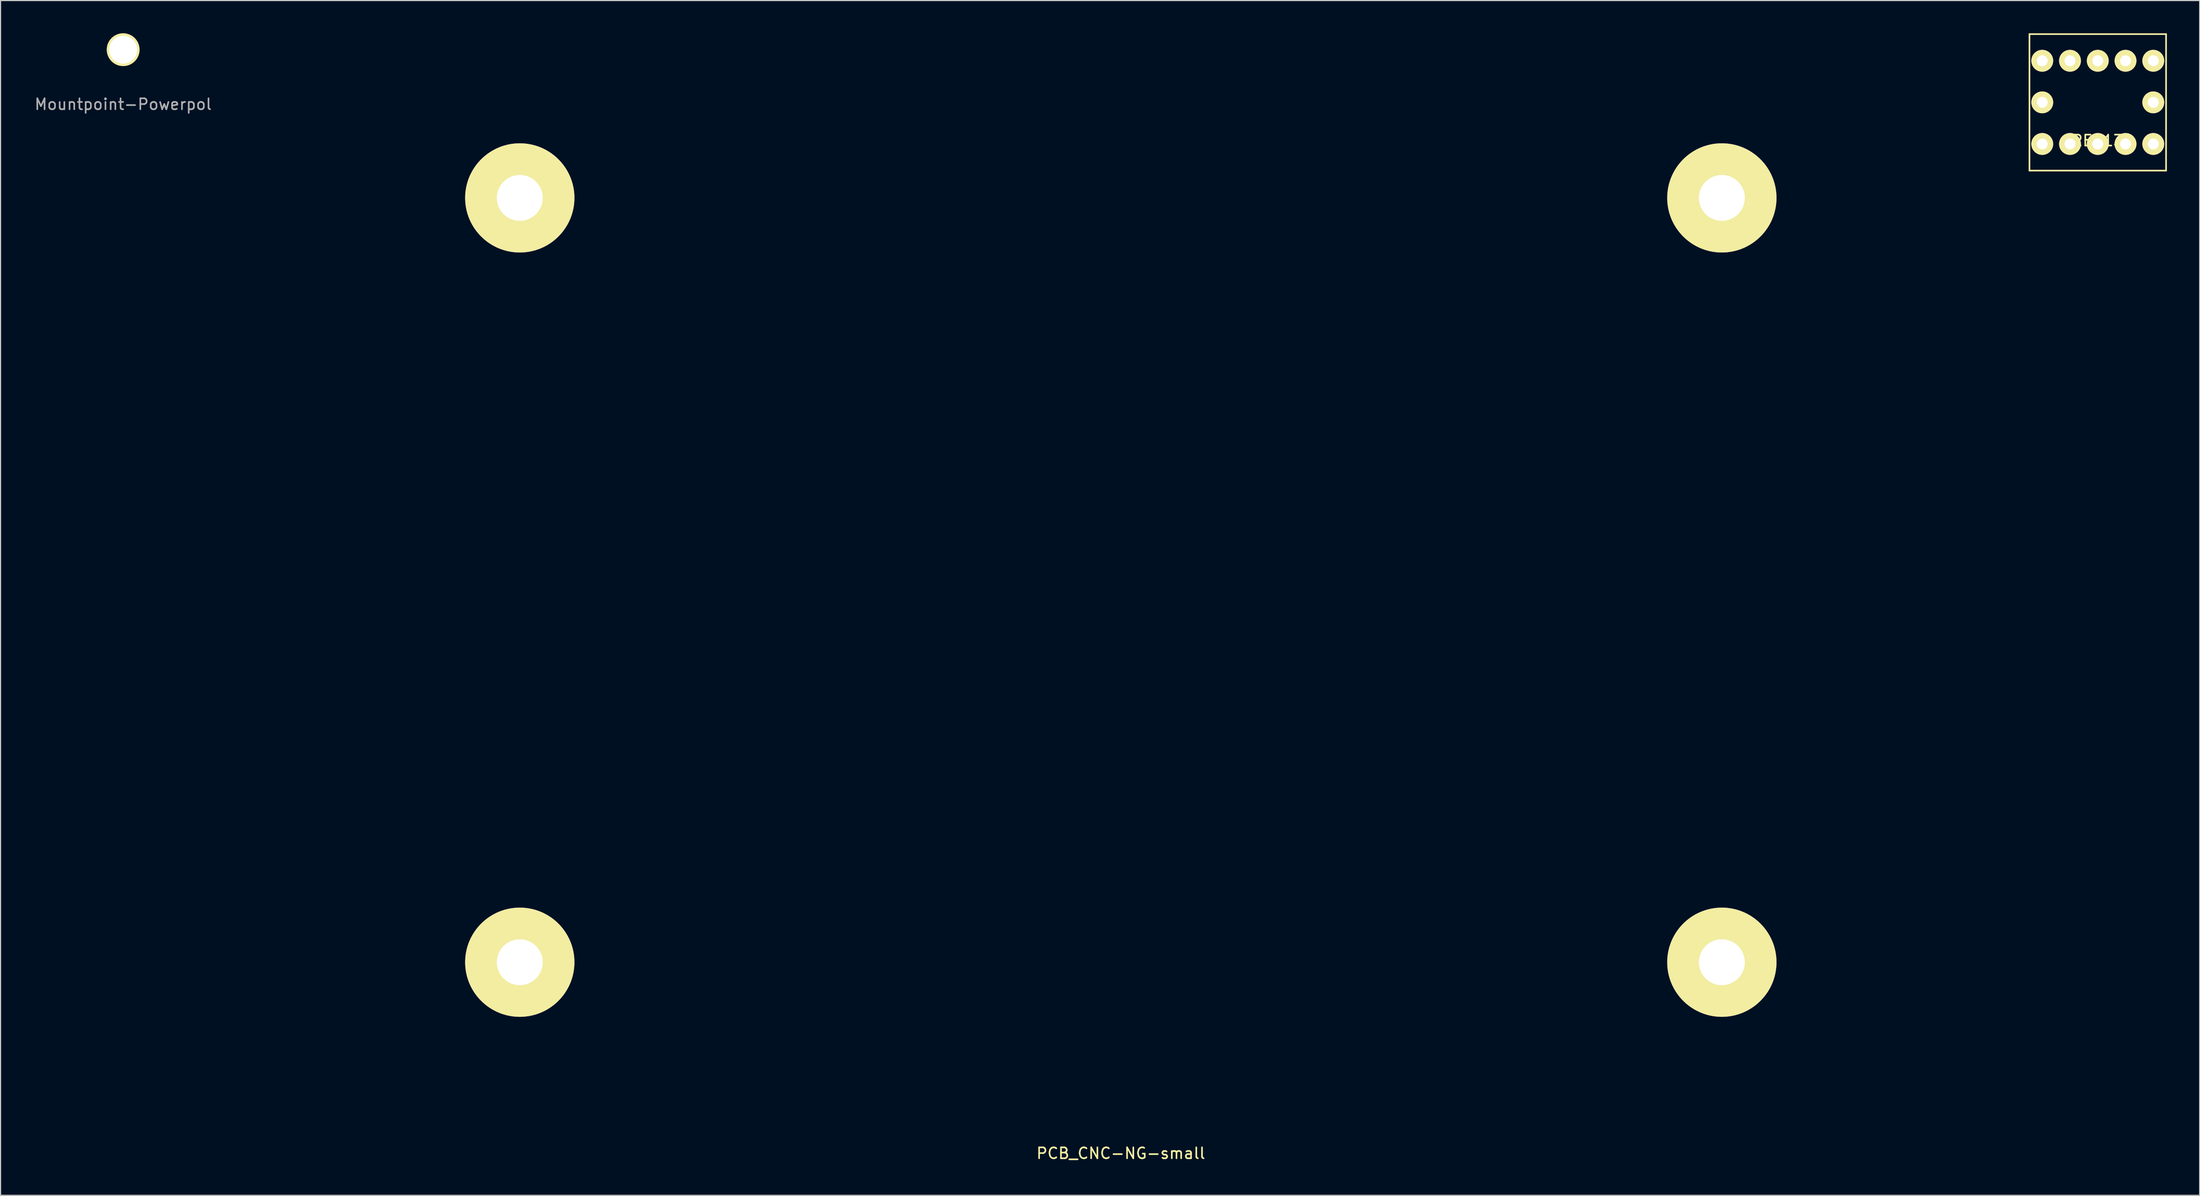
<source format=kicad_pcb>
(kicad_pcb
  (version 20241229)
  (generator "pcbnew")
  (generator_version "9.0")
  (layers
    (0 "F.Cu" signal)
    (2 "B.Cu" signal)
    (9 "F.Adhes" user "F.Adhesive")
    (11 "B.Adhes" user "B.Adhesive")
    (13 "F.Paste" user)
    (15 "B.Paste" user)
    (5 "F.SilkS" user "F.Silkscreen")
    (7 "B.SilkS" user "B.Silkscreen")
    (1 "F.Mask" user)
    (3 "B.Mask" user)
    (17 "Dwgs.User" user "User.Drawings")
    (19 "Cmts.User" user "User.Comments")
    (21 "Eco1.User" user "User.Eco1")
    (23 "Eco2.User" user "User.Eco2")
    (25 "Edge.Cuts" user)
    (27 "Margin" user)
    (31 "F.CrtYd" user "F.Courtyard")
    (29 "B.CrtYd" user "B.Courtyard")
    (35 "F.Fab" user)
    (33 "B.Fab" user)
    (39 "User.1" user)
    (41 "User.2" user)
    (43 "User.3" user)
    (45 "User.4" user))
  (footprint "PCB_CNC-NG-small"
    (layer "F.Cu")
    (at 99.515 50.075)
    (property "Reference" "PCB_CNC-NG-small" (at 0 52.5 0) (layer "F.SilkS") (effects (font (size 1 1) (thickness 0.15))))
    (attr through_hole)
    (fp_line (start -80 -50) (end 80 -50) (stroke (width 0.15) (type solid)) (layer "B.Paste"))
    (fp_line (start -80 50) (end -80 -50) (stroke (width 0.15) (type solid)) (layer "B.Paste"))
    (fp_line (start 80 -50) (end 80 50) (stroke (width 0.15) (type solid)) (layer "B.Paste"))
    (fp_line (start 80 50) (end -80 50) (stroke (width 0.15) (type solid)) (layer "B.Paste"))
    (pad "~" thru_hole circle (at -55 -35) (size 10 10) (drill 4.2) (layers "*.Cu" "*.Mask" "F.SilkS"))
    (pad "~" thru_hole circle (at -55 35) (size 10 10) (drill 4.2) (layers "*.Cu" "*.Mask" "F.SilkS"))
    (pad "~" thru_hole circle (at 55 -35) (size 10 10) (drill 4.2) (layers "*.Cu" "*.Mask" "F.SilkS"))
    (pad "~" thru_hole circle (at 55 35) (size 10 10) (drill 4.2) (layers "*.Cu" "*.Mask" "F.SilkS")))
  (footprint "RE913"
    (layer "F.Cu")
    (at 188.915 6.325)
    (property "Reference" "RE913" (at 0 3.5 0) (layer "F.SilkS") (effects (font (size 1 1) (thickness 0.15))))
    (attr through_hole)
    (fp_line (start -6.25 -6.25) (end -6.25 6.25) (stroke (width 0.15) (type solid)) (layer "F.SilkS"))
    (fp_line (start -6.25 6.25) (end 6.25 6.25) (stroke (width 0.15) (type solid)) (layer "F.SilkS"))
    (fp_line (start 6.25 -6.25) (end -6.25 -6.25) (stroke (width 0.15) (type solid)) (layer "F.SilkS"))
    (fp_line (start 6.25 6.25) (end 6.25 -6.25) (stroke (width 0.15) (type solid)) (layer "F.SilkS"))
    (pad "1" thru_hole circle (at -5.08 3.81) (size 2 2) (drill 1) (layers "*.Cu" "*.Mask" "F.SilkS"))
    (pad "2" thru_hole circle (at -2.54 3.81) (size 2 2) (drill 1) (layers "*.Cu" "*.Mask" "F.SilkS"))
    (pad "3" thru_hole circle (at 0 3.81) (size 2 2) (drill 1) (layers "*.Cu" "*.Mask" "F.SilkS"))
    (pad "4" thru_hole circle (at 2.54 3.81) (size 2 2) (drill 1) (layers "*.Cu" "*.Mask" "F.SilkS"))
    (pad "5" thru_hole circle (at 5.08 3.81) (size 2 2) (drill 1) (layers "*.Cu" "*.Mask" "F.SilkS"))
    (pad "6" thru_hole circle (at 5.08 -3.81) (size 2 2) (drill 1) (layers "*.Cu" "*.Mask" "F.SilkS"))
    (pad "7" thru_hole circle (at 2.54 -3.81) (size 2 2) (drill 1) (layers "*.Cu" "*.Mask" "F.SilkS"))
    (pad "8" thru_hole circle (at 0 -3.81) (size 2 2) (drill 1) (layers "*.Cu" "*.Mask" "F.SilkS"))
    (pad "9" thru_hole circle (at -2.54 -3.81) (size 2 2) (drill 1) (layers "*.Cu" "*.Mask" "F.SilkS"))
    (pad "10" thru_hole circle (at -5.08 -3.81) (size 2 2) (drill 1) (layers "*.Cu" "*.Mask" "F.SilkS"))
    (pad "~" thru_hole circle (at -5.08 0) (size 2 2) (drill 1) (layers "*.Cu" "*.Mask" "F.SilkS"))
    (pad "~" thru_hole circle (at 5.08 0) (size 2 2) (drill 1) (layers "*.Cu" "*.Mask" "F.SilkS")))
  (footprint "Mountpoint-Powerpol"
    (layer "F.Cu")
    (at 8.22 1.5)
    (property "Reference" "Mountpoint-Powerpol" (at 0 5 0) (layer "F.Fab") (effects (font (size 1 1) (thickness 0.15))))
    (attr through_hole)
    (pad "" np_thru_hole circle (at 0 0) (size 3 3) (drill 2.55) (layers "*.Cu" "*.Mask" "F.SilkS")))
  (gr_rect
    (start -3 -3)
    (end 198.24 106.423)
    (stroke (width 0.1) (type default))
    (fill no)
    (layer "Edge.Cuts")))
</source>
